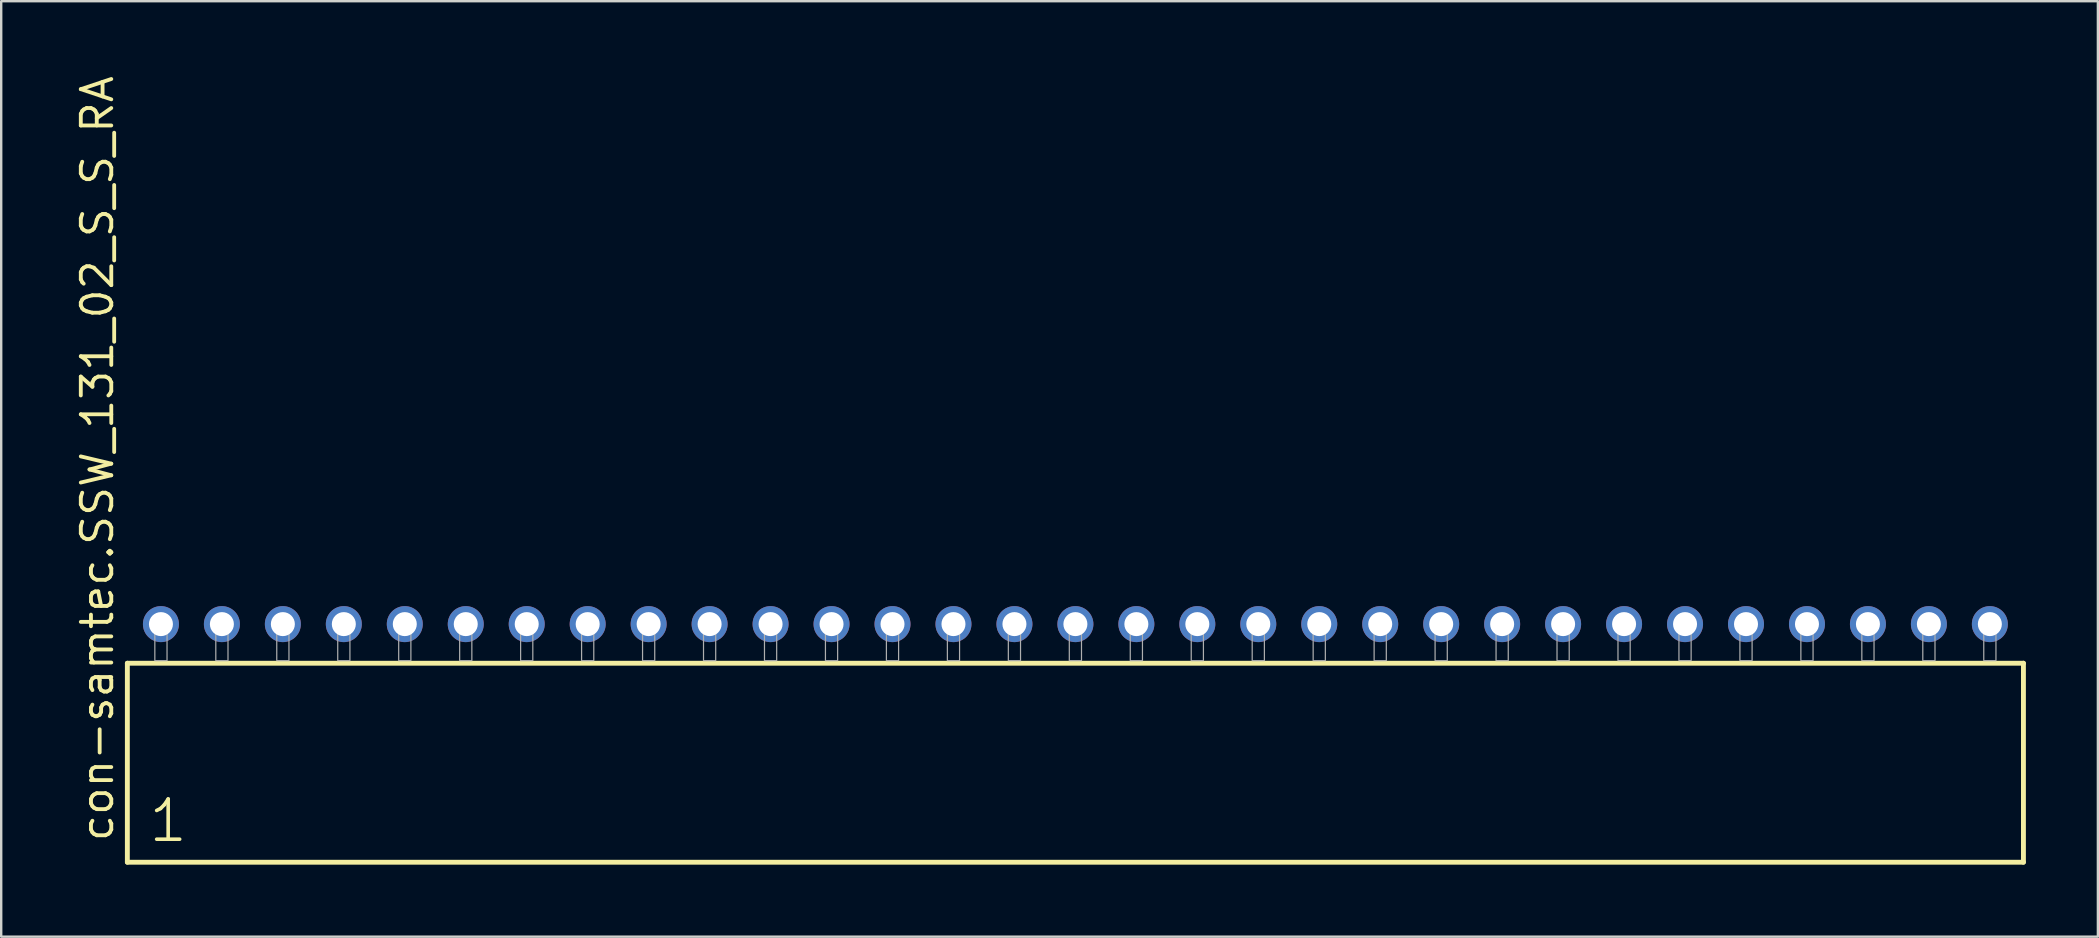
<source format=kicad_pcb>
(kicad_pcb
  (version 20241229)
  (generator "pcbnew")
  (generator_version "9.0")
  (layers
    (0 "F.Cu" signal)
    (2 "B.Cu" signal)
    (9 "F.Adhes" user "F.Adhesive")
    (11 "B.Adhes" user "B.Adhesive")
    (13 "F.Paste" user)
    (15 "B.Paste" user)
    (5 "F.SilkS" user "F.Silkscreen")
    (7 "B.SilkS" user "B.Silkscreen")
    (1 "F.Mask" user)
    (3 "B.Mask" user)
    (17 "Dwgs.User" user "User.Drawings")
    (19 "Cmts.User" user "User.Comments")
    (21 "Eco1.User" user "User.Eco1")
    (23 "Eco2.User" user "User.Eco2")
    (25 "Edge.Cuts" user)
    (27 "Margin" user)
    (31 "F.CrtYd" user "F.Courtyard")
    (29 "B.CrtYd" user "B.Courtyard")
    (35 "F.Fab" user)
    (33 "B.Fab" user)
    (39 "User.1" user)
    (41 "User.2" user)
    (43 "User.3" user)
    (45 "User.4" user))
  (footprint "con-samtec.SSW_131_02_S_S_RA"
    (layer "F.Cu")
    (at 41.755 24.477)
    (property "Reference" "con-samtec.SSW_131_02_S_S_RA" (at -40.005 7.62 90) (layer "F.SilkS") (effects (font (size 1.27 1.27) (thickness 0.16)) (justify left bottom)))
    (attr through_hole)
    (fp_line (start -39.499 0.106) (end -39.499 8.396) (stroke (width 0.203) (type default)) (layer "F.SilkS"))
    (fp_line (start -39.499 8.396) (end 39.499 8.396) (stroke (width 0.203) (type default)) (layer "F.SilkS"))
    (fp_line (start 39.499 0.106) (end -39.499 0.106) (stroke (width 0.203) (type default)) (layer "F.SilkS"))
    (fp_line (start 39.499 8.396) (end 39.499 0.106) (stroke (width 0.203) (type default)) (layer "F.SilkS"))
    (fp_rect (start -38.354 0) (end -37.846 -1.778) (stroke (width 0.05) (type default)) (fill no) (layer "F.Fab"))
    (fp_rect (start -35.814 0) (end -35.306 -1.778) (stroke (width 0.05) (type default)) (fill no) (layer "F.Fab"))
    (fp_rect (start -33.274 0) (end -32.766 -1.778) (stroke (width 0.05) (type default)) (fill no) (layer "F.Fab"))
    (fp_rect (start -30.734 0) (end -30.226 -1.778) (stroke (width 0.05) (type default)) (fill no) (layer "F.Fab"))
    (fp_rect (start -28.194 0) (end -27.686 -1.778) (stroke (width 0.05) (type default)) (fill no) (layer "F.Fab"))
    (fp_rect (start -25.654 0) (end -25.146 -1.778) (stroke (width 0.05) (type default)) (fill no) (layer "F.Fab"))
    (fp_rect (start -23.114 0) (end -22.606 -1.778) (stroke (width 0.05) (type default)) (fill no) (layer "F.Fab"))
    (fp_rect (start -20.574 0) (end -20.066 -1.778) (stroke (width 0.05) (type default)) (fill no) (layer "F.Fab"))
    (fp_rect (start -18.034 0) (end -17.526 -1.778) (stroke (width 0.05) (type default)) (fill no) (layer "F.Fab"))
    (fp_rect (start -15.494 0) (end -14.986 -1.778) (stroke (width 0.05) (type default)) (fill no) (layer "F.Fab"))
    (fp_rect (start -12.954 0) (end -12.446 -1.778) (stroke (width 0.05) (type default)) (fill no) (layer "F.Fab"))
    (fp_rect (start -10.414 0) (end -9.906 -1.778) (stroke (width 0.05) (type default)) (fill no) (layer "F.Fab"))
    (fp_rect (start -7.874 0) (end -7.366 -1.778) (stroke (width 0.05) (type default)) (fill no) (layer "F.Fab"))
    (fp_rect (start -5.334 0) (end -4.826 -1.778) (stroke (width 0.05) (type default)) (fill no) (layer "F.Fab"))
    (fp_rect (start -2.794 0) (end -2.286 -1.778) (stroke (width 0.05) (type default)) (fill no) (layer "F.Fab"))
    (fp_rect (start -0.254 0) (end 0.254 -1.778) (stroke (width 0.05) (type default)) (fill no) (layer "F.Fab"))
    (fp_rect (start 2.286 0) (end 2.794 -1.778) (stroke (width 0.05) (type default)) (fill no) (layer "F.Fab"))
    (fp_rect (start 4.826 0) (end 5.334 -1.778) (stroke (width 0.05) (type default)) (fill no) (layer "F.Fab"))
    (fp_rect (start 7.366 0) (end 7.874 -1.778) (stroke (width 0.05) (type default)) (fill no) (layer "F.Fab"))
    (fp_rect (start 9.906 0) (end 10.414 -1.778) (stroke (width 0.05) (type default)) (fill no) (layer "F.Fab"))
    (fp_rect (start 12.446 0) (end 12.954 -1.778) (stroke (width 0.05) (type default)) (fill no) (layer "F.Fab"))
    (fp_rect (start 14.986 0) (end 15.494 -1.778) (stroke (width 0.05) (type default)) (fill no) (layer "F.Fab"))
    (fp_rect (start 17.526 0) (end 18.034 -1.778) (stroke (width 0.05) (type default)) (fill no) (layer "F.Fab"))
    (fp_rect (start 20.066 0) (end 20.574 -1.778) (stroke (width 0.05) (type default)) (fill no) (layer "F.Fab"))
    (fp_rect (start 22.606 0) (end 23.114 -1.778) (stroke (width 0.05) (type default)) (fill no) (layer "F.Fab"))
    (fp_rect (start 25.146 0) (end 25.654 -1.778) (stroke (width 0.05) (type default)) (fill no) (layer "F.Fab"))
    (fp_rect (start 27.686 0) (end 28.194 -1.778) (stroke (width 0.05) (type default)) (fill no) (layer "F.Fab"))
    (fp_rect (start 30.226 0) (end 30.734 -1.778) (stroke (width 0.05) (type default)) (fill no) (layer "F.Fab"))
    (fp_rect (start 32.766 0) (end 33.274 -1.778) (stroke (width 0.05) (type default)) (fill no) (layer "F.Fab"))
    (fp_rect (start 35.306 0) (end 35.814 -1.778) (stroke (width 0.05) (type default)) (fill no) (layer "F.Fab"))
    (fp_rect (start 37.846 0) (end 38.354 -1.778) (stroke (width 0.05) (type default)) (fill no) (layer "F.Fab"))
    (fp_text user "1" (at -38.695 7.65 0) (layer "F.SilkS") (effects (font (size 1.676 1.676) (thickness 0.15)) (justify left bottom)))
    (pad "1" thru_hole circle (at -38.1 -1.524) (size 1.5 1.5) (drill 1) (layers "*.Cu" "*.Mask"))
    (pad "2" thru_hole circle (at -35.56 -1.524) (size 1.5 1.5) (drill 1) (layers "*.Cu" "*.Mask"))
    (pad "3" thru_hole circle (at -33.02 -1.524) (size 1.5 1.5) (drill 1) (layers "*.Cu" "*.Mask"))
    (pad "4" thru_hole circle (at -30.48 -1.524) (size 1.5 1.5) (drill 1) (layers "*.Cu" "*.Mask"))
    (pad "5" thru_hole circle (at -27.94 -1.524) (size 1.5 1.5) (drill 1) (layers "*.Cu" "*.Mask"))
    (pad "6" thru_hole circle (at -25.4 -1.524) (size 1.5 1.5) (drill 1) (layers "*.Cu" "*.Mask"))
    (pad "7" thru_hole circle (at -22.86 -1.524) (size 1.5 1.5) (drill 1) (layers "*.Cu" "*.Mask"))
    (pad "8" thru_hole circle (at -20.32 -1.524) (size 1.5 1.5) (drill 1) (layers "*.Cu" "*.Mask"))
    (pad "9" thru_hole circle (at -17.78 -1.524) (size 1.5 1.5) (drill 1) (layers "*.Cu" "*.Mask"))
    (pad "10" thru_hole circle (at -15.24 -1.524) (size 1.5 1.5) (drill 1) (layers "*.Cu" "*.Mask"))
    (pad "11" thru_hole circle (at -12.7 -1.524) (size 1.5 1.5) (drill 1) (layers "*.Cu" "*.Mask"))
    (pad "12" thru_hole circle (at -10.16 -1.524) (size 1.5 1.5) (drill 1) (layers "*.Cu" "*.Mask"))
    (pad "13" thru_hole circle (at -7.62 -1.524) (size 1.5 1.5) (drill 1) (layers "*.Cu" "*.Mask"))
    (pad "14" thru_hole circle (at -5.08 -1.524) (size 1.5 1.5) (drill 1) (layers "*.Cu" "*.Mask"))
    (pad "15" thru_hole circle (at -2.54 -1.524) (size 1.5 1.5) (drill 1) (layers "*.Cu" "*.Mask"))
    (pad "16" thru_hole circle (at 0 -1.524) (size 1.5 1.5) (drill 1) (layers "*.Cu" "*.Mask"))
    (pad "17" thru_hole circle (at 2.54 -1.524) (size 1.5 1.5) (drill 1) (layers "*.Cu" "*.Mask"))
    (pad "18" thru_hole circle (at 5.08 -1.524) (size 1.5 1.5) (drill 1) (layers "*.Cu" "*.Mask"))
    (pad "19" thru_hole circle (at 7.62 -1.524) (size 1.5 1.5) (drill 1) (layers "*.Cu" "*.Mask"))
    (pad "20" thru_hole circle (at 10.16 -1.524) (size 1.5 1.5) (drill 1) (layers "*.Cu" "*.Mask"))
    (pad "21" thru_hole circle (at 12.7 -1.524) (size 1.5 1.5) (drill 1) (layers "*.Cu" "*.Mask"))
    (pad "22" thru_hole circle (at 15.24 -1.524) (size 1.5 1.5) (drill 1) (layers "*.Cu" "*.Mask"))
    (pad "23" thru_hole circle (at 17.78 -1.524) (size 1.5 1.5) (drill 1) (layers "*.Cu" "*.Mask"))
    (pad "24" thru_hole circle (at 20.32 -1.524) (size 1.5 1.5) (drill 1) (layers "*.Cu" "*.Mask"))
    (pad "25" thru_hole circle (at 22.86 -1.524) (size 1.5 1.5) (drill 1) (layers "*.Cu" "*.Mask"))
    (pad "26" thru_hole circle (at 25.4 -1.524) (size 1.5 1.5) (drill 1) (layers "*.Cu" "*.Mask"))
    (pad "27" thru_hole circle (at 27.94 -1.524) (size 1.5 1.5) (drill 1) (layers "*.Cu" "*.Mask"))
    (pad "28" thru_hole circle (at 30.48 -1.524) (size 1.5 1.5) (drill 1) (layers "*.Cu" "*.Mask"))
    (pad "29" thru_hole circle (at 33.02 -1.524) (size 1.5 1.5) (drill 1) (layers "*.Cu" "*.Mask"))
    (pad "30" thru_hole circle (at 35.56 -1.524) (size 1.5 1.5) (drill 1) (layers "*.Cu" "*.Mask"))
    (pad "31" thru_hole circle (at 38.1 -1.524) (size 1.5 1.5) (drill 1) (layers "*.Cu" "*.Mask")))
  (gr_rect
    (start -3 -3)
    (end 84.356 35.975)
    (stroke (width 0.1) (type default))
    (fill no)
    (layer "Edge.Cuts")))
</source>
